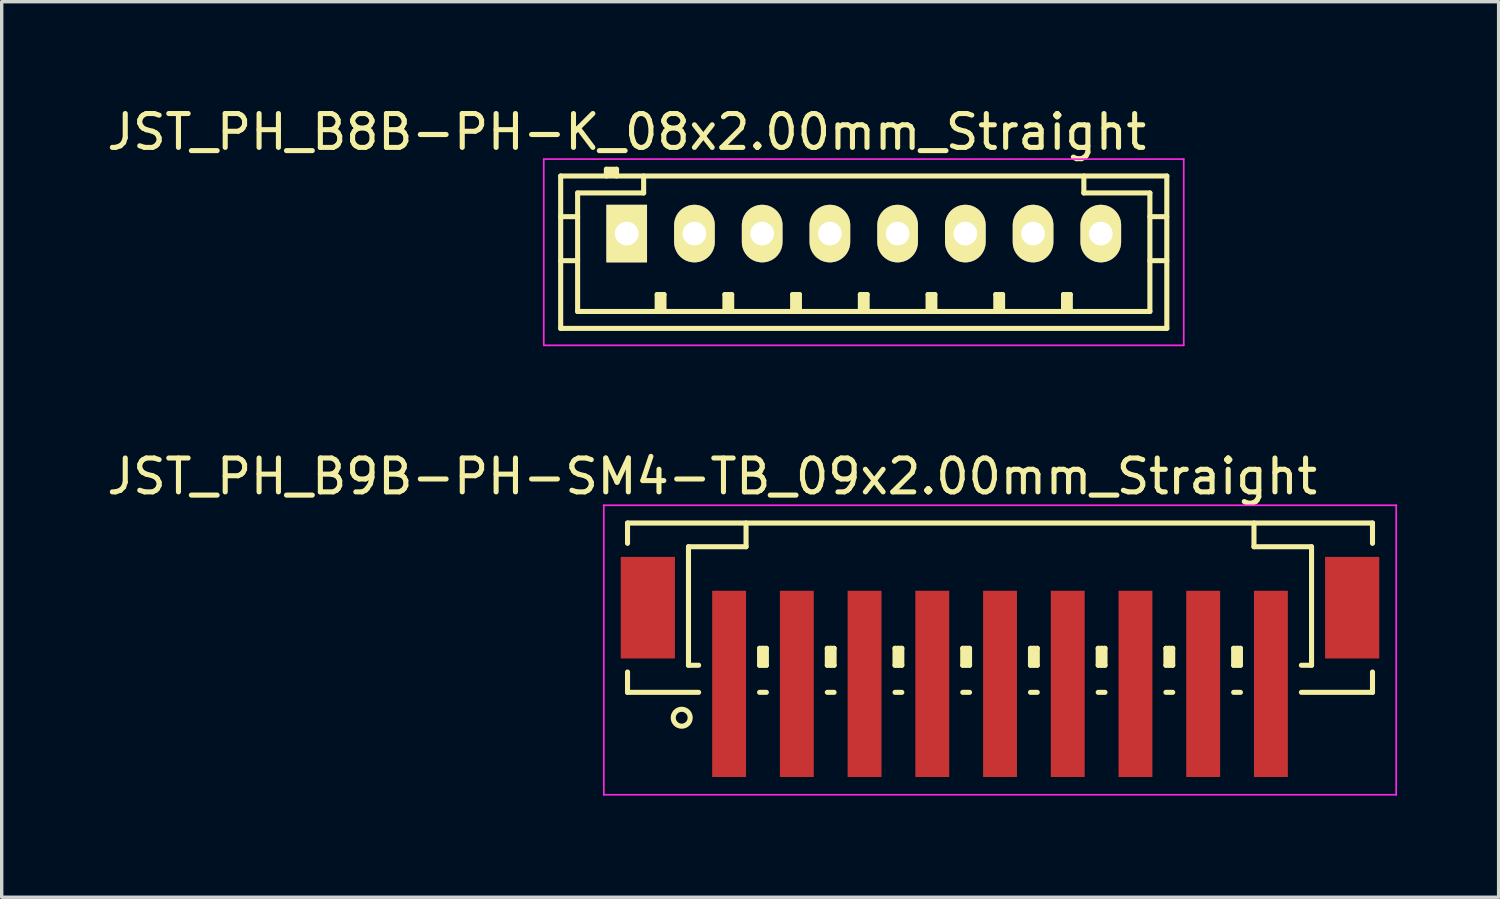
<source format=kicad_pcb>
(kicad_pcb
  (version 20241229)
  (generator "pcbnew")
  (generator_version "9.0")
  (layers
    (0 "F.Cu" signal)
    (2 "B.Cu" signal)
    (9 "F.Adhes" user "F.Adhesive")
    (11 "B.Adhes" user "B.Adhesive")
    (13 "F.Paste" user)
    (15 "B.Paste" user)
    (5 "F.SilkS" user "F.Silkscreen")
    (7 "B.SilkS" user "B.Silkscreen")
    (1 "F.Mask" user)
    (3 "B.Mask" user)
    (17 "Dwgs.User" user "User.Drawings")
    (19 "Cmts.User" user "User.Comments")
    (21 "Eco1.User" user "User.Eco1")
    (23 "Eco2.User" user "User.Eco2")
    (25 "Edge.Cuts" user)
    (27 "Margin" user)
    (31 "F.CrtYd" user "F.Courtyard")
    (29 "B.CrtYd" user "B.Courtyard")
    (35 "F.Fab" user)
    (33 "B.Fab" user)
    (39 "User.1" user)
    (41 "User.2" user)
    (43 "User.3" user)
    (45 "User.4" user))
  (footprint "JST_PH_B8B-PH-K_08x2.00mm_Straight"
    (layer "F.Cu")
    (at 15.458 3.848)
    (property "Reference" "JST_PH_B8B-PH-K_08x2.00mm_Straight" (at 0 -3 0) (layer "F.SilkS") (effects (font (size 1 1) (thickness 0.15))))
    (attr through_hole)
    (fp_line (start -1.95 -1.7) (end 15.95 -1.7) (stroke (width 0.15) (type solid)) (layer "F.SilkS"))
    (fp_line (start -1.95 -0.5) (end -1.45 -0.5) (stroke (width 0.15) (type solid)) (layer "F.SilkS"))
    (fp_line (start -1.95 0.8) (end -1.45 0.8) (stroke (width 0.15) (type solid)) (layer "F.SilkS"))
    (fp_line (start -1.95 2.8) (end -1.95 -1.7) (stroke (width 0.15) (type solid)) (layer "F.SilkS"))
    (fp_line (start -1.45 -1.2) (end -1.45 2.3) (stroke (width 0.15) (type solid)) (layer "F.SilkS"))
    (fp_line (start -1.45 2.3) (end 15.45 2.3) (stroke (width 0.15) (type solid)) (layer "F.SilkS"))
    (fp_line (start -0.6 -1.9) (end -0.6 -1.7) (stroke (width 0.15) (type solid)) (layer "F.SilkS"))
    (fp_line (start -0.3 -1.9) (end -0.6 -1.9) (stroke (width 0.15) (type solid)) (layer "F.SilkS"))
    (fp_line (start -0.3 -1.8) (end -0.6 -1.8) (stroke (width 0.15) (type solid)) (layer "F.SilkS"))
    (fp_line (start -0.3 -1.7) (end -0.3 -1.9) (stroke (width 0.15) (type solid)) (layer "F.SilkS"))
    (fp_line (start 0.5 -1.7) (end 0.5 -1.2) (stroke (width 0.15) (type solid)) (layer "F.SilkS"))
    (fp_line (start 0.5 -1.2) (end -1.45 -1.2) (stroke (width 0.15) (type solid)) (layer "F.SilkS"))
    (fp_line (start 0.9 1.8) (end 1.1 1.8) (stroke (width 0.15) (type solid)) (layer "F.SilkS"))
    (fp_line (start 0.9 2.3) (end 0.9 1.8) (stroke (width 0.15) (type solid)) (layer "F.SilkS"))
    (fp_line (start 1 2.3) (end 1 1.8) (stroke (width 0.15) (type solid)) (layer "F.SilkS"))
    (fp_line (start 1.1 1.8) (end 1.1 2.3) (stroke (width 0.15) (type solid)) (layer "F.SilkS"))
    (fp_line (start 2.9 1.8) (end 3.1 1.8) (stroke (width 0.15) (type solid)) (layer "F.SilkS"))
    (fp_line (start 2.9 2.3) (end 2.9 1.8) (stroke (width 0.15) (type solid)) (layer "F.SilkS"))
    (fp_line (start 3 2.3) (end 3 1.8) (stroke (width 0.15) (type solid)) (layer "F.SilkS"))
    (fp_line (start 3.1 1.8) (end 3.1 2.3) (stroke (width 0.15) (type solid)) (layer "F.SilkS"))
    (fp_line (start 4.9 1.8) (end 5.1 1.8) (stroke (width 0.15) (type solid)) (layer "F.SilkS"))
    (fp_line (start 4.9 2.3) (end 4.9 1.8) (stroke (width 0.15) (type solid)) (layer "F.SilkS"))
    (fp_line (start 5 2.3) (end 5 1.8) (stroke (width 0.15) (type solid)) (layer "F.SilkS"))
    (fp_line (start 5.1 1.8) (end 5.1 2.3) (stroke (width 0.15) (type solid)) (layer "F.SilkS"))
    (fp_line (start 6.9 1.8) (end 7.1 1.8) (stroke (width 0.15) (type solid)) (layer "F.SilkS"))
    (fp_line (start 6.9 2.3) (end 6.9 1.8) (stroke (width 0.15) (type solid)) (layer "F.SilkS"))
    (fp_line (start 7 2.3) (end 7 1.8) (stroke (width 0.15) (type solid)) (layer "F.SilkS"))
    (fp_line (start 7.1 1.8) (end 7.1 2.3) (stroke (width 0.15) (type solid)) (layer "F.SilkS"))
    (fp_line (start 8.9 1.8) (end 9.1 1.8) (stroke (width 0.15) (type solid)) (layer "F.SilkS"))
    (fp_line (start 8.9 2.3) (end 8.9 1.8) (stroke (width 0.15) (type solid)) (layer "F.SilkS"))
    (fp_line (start 9 2.3) (end 9 1.8) (stroke (width 0.15) (type solid)) (layer "F.SilkS"))
    (fp_line (start 9.1 1.8) (end 9.1 2.3) (stroke (width 0.15) (type solid)) (layer "F.SilkS"))
    (fp_line (start 10.9 1.8) (end 11.1 1.8) (stroke (width 0.15) (type solid)) (layer "F.SilkS"))
    (fp_line (start 10.9 2.3) (end 10.9 1.8) (stroke (width 0.15) (type solid)) (layer "F.SilkS"))
    (fp_line (start 11 2.3) (end 11 1.8) (stroke (width 0.15) (type solid)) (layer "F.SilkS"))
    (fp_line (start 11.1 1.8) (end 11.1 2.3) (stroke (width 0.15) (type solid)) (layer "F.SilkS"))
    (fp_line (start 12.9 1.8) (end 13.1 1.8) (stroke (width 0.15) (type solid)) (layer "F.SilkS"))
    (fp_line (start 12.9 2.3) (end 12.9 1.8) (stroke (width 0.15) (type solid)) (layer "F.SilkS"))
    (fp_line (start 13 2.3) (end 13 1.8) (stroke (width 0.15) (type solid)) (layer "F.SilkS"))
    (fp_line (start 13.1 1.8) (end 13.1 2.3) (stroke (width 0.15) (type solid)) (layer "F.SilkS"))
    (fp_line (start 13.5 -1.2) (end 13.5 -1.7) (stroke (width 0.15) (type solid)) (layer "F.SilkS"))
    (fp_line (start 15.45 -1.2) (end 13.5 -1.2) (stroke (width 0.15) (type solid)) (layer "F.SilkS"))
    (fp_line (start 15.45 -0.5) (end 15.95 -0.5) (stroke (width 0.15) (type solid)) (layer "F.SilkS"))
    (fp_line (start 15.45 0.8) (end 15.95 0.8) (stroke (width 0.15) (type solid)) (layer "F.SilkS"))
    (fp_line (start 15.45 2.3) (end 15.45 -1.2) (stroke (width 0.15) (type solid)) (layer "F.SilkS"))
    (fp_line (start 15.95 -1.7) (end 15.95 2.8) (stroke (width 0.15) (type solid)) (layer "F.SilkS"))
    (fp_line (start 15.95 2.8) (end -1.95 2.8) (stroke (width 0.15) (type solid)) (layer "F.SilkS"))
    (fp_line (start -2.45 -2.2) (end 16.45 -2.2) (stroke (width 0.05) (type solid)) (layer "F.CrtYd"))
    (fp_line (start -2.45 3.3) (end -2.45 -2.2) (stroke (width 0.05) (type solid)) (layer "F.CrtYd"))
    (fp_line (start 16.45 -2.2) (end 16.45 3.3) (stroke (width 0.05) (type solid)) (layer "F.CrtYd"))
    (fp_line (start 16.45 3.3) (end -2.45 3.3) (stroke (width 0.05) (type solid)) (layer "F.CrtYd"))
    (pad "1" thru_hole rect (at 0 0) (size 1.2 1.7) (drill 0.7) (layers "*.Cu" "*.Mask" "F.SilkS"))
    (pad "2" thru_hole oval (at 2 0) (size 1.2 1.7) (drill 0.7) (layers "*.Cu" "*.Mask" "F.SilkS"))
    (pad "3" thru_hole oval (at 4 0) (size 1.2 1.7) (drill 0.7) (layers "*.Cu" "*.Mask" "F.SilkS"))
    (pad "4" thru_hole oval (at 6 0) (size 1.2 1.7) (drill 0.7) (layers "*.Cu" "*.Mask" "F.SilkS"))
    (pad "5" thru_hole oval (at 8 0) (size 1.2 1.7) (drill 0.7) (layers "*.Cu" "*.Mask" "F.SilkS"))
    (pad "6" thru_hole oval (at 10 0) (size 1.2 1.7) (drill 0.7) (layers "*.Cu" "*.Mask" "F.SilkS"))
    (pad "7" thru_hole oval (at 12 0) (size 1.2 1.7) (drill 0.7) (layers "*.Cu" "*.Mask" "F.SilkS"))
    (pad "8" thru_hole oval (at 14 0) (size 1.2 1.7) (drill 0.7) (layers "*.Cu" "*.Mask" "F.SilkS")))
  (footprint "JST_PH_B9B-PH-SM4-TB_09x2.00mm_Straight"
    (layer "F.Cu")
    (at 26.482 16.021)
    (property "Reference" "JST_PH_B9B-PH-SM4-TB_09x2.00mm_Straight" (at -8.5 -5 0) (layer "F.SilkS") (effects (font (size 1 1) (thickness 0.15))))
    (attr smd)
    (fp_line (start -11 -3.625) (end 11 -3.625) (stroke (width 0.15) (type solid)) (layer "F.SilkS"))
    (fp_line (start -11 -3.025) (end -11 -3.625) (stroke (width 0.15) (type solid)) (layer "F.SilkS"))
    (fp_line (start -11 0.775) (end -11 1.375) (stroke (width 0.15) (type solid)) (layer "F.SilkS"))
    (fp_line (start -11 1.375) (end -8.9 1.375) (stroke (width 0.15) (type solid)) (layer "F.SilkS"))
    (fp_line (start -9.2 -2.925) (end -9.2 0.575) (stroke (width 0.15) (type solid)) (layer "F.SilkS"))
    (fp_line (start -9.2 0.575) (end -8.9 0.575) (stroke (width 0.15) (type solid)) (layer "F.SilkS"))
    (fp_line (start -7.5 -3.625) (end -7.5 -2.925) (stroke (width 0.15) (type solid)) (layer "F.SilkS"))
    (fp_line (start -7.5 -2.925) (end -9.2 -2.925) (stroke (width 0.15) (type solid)) (layer "F.SilkS"))
    (fp_line (start -7.1 0.075) (end -6.9 0.075) (stroke (width 0.15) (type solid)) (layer "F.SilkS"))
    (fp_line (start -7.1 0.575) (end -7.1 0.075) (stroke (width 0.15) (type solid)) (layer "F.SilkS"))
    (fp_line (start -7.1 0.575) (end -6.9 0.575) (stroke (width 0.15) (type solid)) (layer "F.SilkS"))
    (fp_line (start -7.1 1.375) (end -6.9 1.375) (stroke (width 0.15) (type solid)) (layer "F.SilkS"))
    (fp_line (start -7 0.575) (end -7 0.075) (stroke (width 0.15) (type solid)) (layer "F.SilkS"))
    (fp_line (start -6.9 0.075) (end -6.9 0.575) (stroke (width 0.15) (type solid)) (layer "F.SilkS"))
    (fp_line (start -5.1 0.075) (end -4.9 0.075) (stroke (width 0.15) (type solid)) (layer "F.SilkS"))
    (fp_line (start -5.1 0.575) (end -5.1 0.075) (stroke (width 0.15) (type solid)) (layer "F.SilkS"))
    (fp_line (start -5.1 0.575) (end -4.9 0.575) (stroke (width 0.15) (type solid)) (layer "F.SilkS"))
    (fp_line (start -5.1 1.375) (end -4.9 1.375) (stroke (width 0.15) (type solid)) (layer "F.SilkS"))
    (fp_line (start -5 0.575) (end -5 0.075) (stroke (width 0.15) (type solid)) (layer "F.SilkS"))
    (fp_line (start -4.9 0.075) (end -4.9 0.575) (stroke (width 0.15) (type solid)) (layer "F.SilkS"))
    (fp_line (start -3.1 0.075) (end -2.9 0.075) (stroke (width 0.15) (type solid)) (layer "F.SilkS"))
    (fp_line (start -3.1 0.575) (end -3.1 0.075) (stroke (width 0.15) (type solid)) (layer "F.SilkS"))
    (fp_line (start -3.1 0.575) (end -2.9 0.575) (stroke (width 0.15) (type solid)) (layer "F.SilkS"))
    (fp_line (start -3.1 1.375) (end -2.9 1.375) (stroke (width 0.15) (type solid)) (layer "F.SilkS"))
    (fp_line (start -3 0.575) (end -3 0.075) (stroke (width 0.15) (type solid)) (layer "F.SilkS"))
    (fp_line (start -2.9 0.075) (end -2.9 0.575) (stroke (width 0.15) (type solid)) (layer "F.SilkS"))
    (fp_line (start -1.1 0.075) (end -0.9 0.075) (stroke (width 0.15) (type solid)) (layer "F.SilkS"))
    (fp_line (start -1.1 0.575) (end -1.1 0.075) (stroke (width 0.15) (type solid)) (layer "F.SilkS"))
    (fp_line (start -1.1 0.575) (end -0.9 0.575) (stroke (width 0.15) (type solid)) (layer "F.SilkS"))
    (fp_line (start -1.1 1.375) (end -0.9 1.375) (stroke (width 0.15) (type solid)) (layer "F.SilkS"))
    (fp_line (start -1 0.575) (end -1 0.075) (stroke (width 0.15) (type solid)) (layer "F.SilkS"))
    (fp_line (start -0.9 0.075) (end -0.9 0.575) (stroke (width 0.15) (type solid)) (layer "F.SilkS"))
    (fp_line (start 0.9 0.075) (end 1.1 0.075) (stroke (width 0.15) (type solid)) (layer "F.SilkS"))
    (fp_line (start 0.9 0.575) (end 0.9 0.075) (stroke (width 0.15) (type solid)) (layer "F.SilkS"))
    (fp_line (start 0.9 0.575) (end 1.1 0.575) (stroke (width 0.15) (type solid)) (layer "F.SilkS"))
    (fp_line (start 0.9 1.375) (end 1.1 1.375) (stroke (width 0.15) (type solid)) (layer "F.SilkS"))
    (fp_line (start 1 0.575) (end 1 0.075) (stroke (width 0.15) (type solid)) (layer "F.SilkS"))
    (fp_line (start 1.1 0.075) (end 1.1 0.575) (stroke (width 0.15) (type solid)) (layer "F.SilkS"))
    (fp_line (start 2.9 0.075) (end 3.1 0.075) (stroke (width 0.15) (type solid)) (layer "F.SilkS"))
    (fp_line (start 2.9 0.575) (end 2.9 0.075) (stroke (width 0.15) (type solid)) (layer "F.SilkS"))
    (fp_line (start 2.9 0.575) (end 3.1 0.575) (stroke (width 0.15) (type solid)) (layer "F.SilkS"))
    (fp_line (start 2.9 1.375) (end 3.1 1.375) (stroke (width 0.15) (type solid)) (layer "F.SilkS"))
    (fp_line (start 3 0.575) (end 3 0.075) (stroke (width 0.15) (type solid)) (layer "F.SilkS"))
    (fp_line (start 3.1 0.075) (end 3.1 0.575) (stroke (width 0.15) (type solid)) (layer "F.SilkS"))
    (fp_line (start 4.9 0.075) (end 5.1 0.075) (stroke (width 0.15) (type solid)) (layer "F.SilkS"))
    (fp_line (start 4.9 0.575) (end 4.9 0.075) (stroke (width 0.15) (type solid)) (layer "F.SilkS"))
    (fp_line (start 4.9 0.575) (end 5.1 0.575) (stroke (width 0.15) (type solid)) (layer "F.SilkS"))
    (fp_line (start 4.9 1.375) (end 5.1 1.375) (stroke (width 0.15) (type solid)) (layer "F.SilkS"))
    (fp_line (start 5 0.575) (end 5 0.075) (stroke (width 0.15) (type solid)) (layer "F.SilkS"))
    (fp_line (start 5.1 0.075) (end 5.1 0.575) (stroke (width 0.15) (type solid)) (layer "F.SilkS"))
    (fp_line (start 6.9 0.075) (end 7.1 0.075) (stroke (width 0.15) (type solid)) (layer "F.SilkS"))
    (fp_line (start 6.9 0.575) (end 6.9 0.075) (stroke (width 0.15) (type solid)) (layer "F.SilkS"))
    (fp_line (start 6.9 0.575) (end 7.1 0.575) (stroke (width 0.15) (type solid)) (layer "F.SilkS"))
    (fp_line (start 6.9 1.375) (end 7.1 1.375) (stroke (width 0.15) (type solid)) (layer "F.SilkS"))
    (fp_line (start 7 0.575) (end 7 0.075) (stroke (width 0.15) (type solid)) (layer "F.SilkS"))
    (fp_line (start 7.1 0.075) (end 7.1 0.575) (stroke (width 0.15) (type solid)) (layer "F.SilkS"))
    (fp_line (start 7.5 -3.625) (end 7.5 -2.925) (stroke (width 0.15) (type solid)) (layer "F.SilkS"))
    (fp_line (start 7.5 -2.925) (end 9.2 -2.925) (stroke (width 0.15) (type solid)) (layer "F.SilkS"))
    (fp_line (start 9.2 -2.925) (end 9.2 0.575) (stroke (width 0.15) (type solid)) (layer "F.SilkS"))
    (fp_line (start 9.2 0.575) (end 8.9 0.575) (stroke (width 0.15) (type solid)) (layer "F.SilkS"))
    (fp_line (start 11 -3.625) (end 11 -3.025) (stroke (width 0.15) (type solid)) (layer "F.SilkS"))
    (fp_line (start 11 0.775) (end 11 1.375) (stroke (width 0.15) (type solid)) (layer "F.SilkS"))
    (fp_line (start 11 1.375) (end 8.9 1.375) (stroke (width 0.15) (type solid)) (layer "F.SilkS"))
    (fp_circle (center -9.4 2.125) (end -9.15 2.125) (stroke (width 0.15) (type solid)) (fill no) (layer "F.SilkS"))
    (fp_line (start -11.7 -4.15) (end 11.7 -4.15) (stroke (width 0.05) (type solid)) (layer "F.CrtYd"))
    (fp_line (start -11.7 4.4) (end -11.7 -4.15) (stroke (width 0.05) (type solid)) (layer "F.CrtYd"))
    (fp_line (start 11.7 -4.15) (end 11.7 4.4) (stroke (width 0.05) (type solid)) (layer "F.CrtYd"))
    (fp_line (start 11.7 4.4) (end -11.7 4.4) (stroke (width 0.05) (type solid)) (layer "F.CrtYd"))
    (pad "" smd rect (at -10.4 -1.125) (size 1.6 3) (layers "F.Cu" "F.Mask" "F.Paste"))
    (pad "" smd rect (at 10.4 -1.125) (size 1.6 3) (layers "F.Cu" "F.Mask" "F.Paste"))
    (pad "1" smd rect (at -8 1.125) (size 1 5.5) (layers "F.Cu" "F.Mask" "F.Paste"))
    (pad "2" smd rect (at -6 1.125) (size 1 5.5) (layers "F.Cu" "F.Mask" "F.Paste"))
    (pad "3" smd rect (at -4 1.125) (size 1 5.5) (layers "F.Cu" "F.Mask" "F.Paste"))
    (pad "4" smd rect (at -2 1.125) (size 1 5.5) (layers "F.Cu" "F.Mask" "F.Paste"))
    (pad "5" smd rect (at 0 1.125) (size 1 5.5) (layers "F.Cu" "F.Mask" "F.Paste"))
    (pad "6" smd rect (at 2 1.125) (size 1 5.5) (layers "F.Cu" "F.Mask" "F.Paste"))
    (pad "7" smd rect (at 4 1.125) (size 1 5.5) (layers "F.Cu" "F.Mask" "F.Paste"))
    (pad "8" smd rect (at 6 1.125) (size 1 5.5) (layers "F.Cu" "F.Mask" "F.Paste"))
    (pad "9" smd rect (at 8 1.125) (size 1 5.5) (layers "F.Cu" "F.Mask" "F.Paste")))
  (gr_rect
    (start -3 -3)
    (end 41.207 23.447)
    (stroke (width 0.1) (type default))
    (fill no)
    (layer "Edge.Cuts")))
</source>
